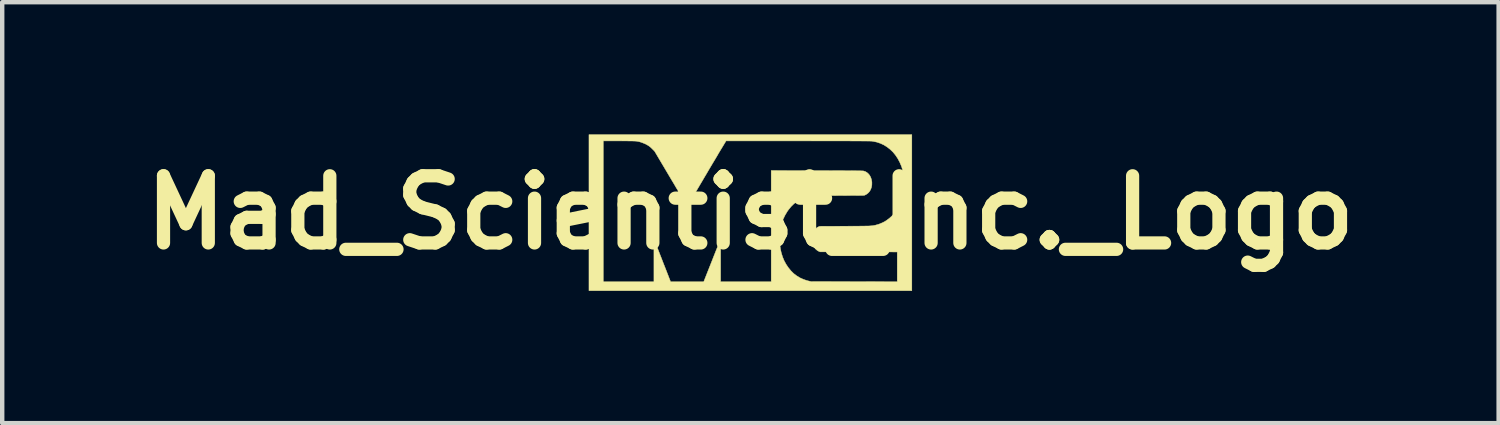
<source format=kicad_pcb>
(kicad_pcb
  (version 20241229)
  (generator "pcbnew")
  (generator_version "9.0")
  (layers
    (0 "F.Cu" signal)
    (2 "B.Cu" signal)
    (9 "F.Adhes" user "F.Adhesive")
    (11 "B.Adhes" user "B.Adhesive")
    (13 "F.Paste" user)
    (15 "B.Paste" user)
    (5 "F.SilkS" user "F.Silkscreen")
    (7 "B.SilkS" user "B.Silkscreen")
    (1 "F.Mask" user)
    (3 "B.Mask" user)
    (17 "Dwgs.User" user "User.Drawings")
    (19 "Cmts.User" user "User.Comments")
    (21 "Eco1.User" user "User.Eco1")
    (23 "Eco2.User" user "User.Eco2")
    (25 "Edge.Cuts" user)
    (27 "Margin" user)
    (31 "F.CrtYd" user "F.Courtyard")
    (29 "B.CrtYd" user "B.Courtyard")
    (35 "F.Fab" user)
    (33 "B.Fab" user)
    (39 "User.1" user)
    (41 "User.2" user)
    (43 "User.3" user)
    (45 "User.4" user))
  (footprint "Mad_Scientist_Inc._Logo"
    (layer "F.Cu")
    (at 13.977 1.773)
    (property "Reference" "Mad_Scientist_Inc._Logo" (at 0 0 0) (layer "F.SilkS") (effects (font (size 1.524 1.524) (thickness 0.3))))
    (attr through_hole)
    (fp_poly (pts (xy 3.663 1.773) (xy -3.663 1.773) (xy -3.663 -1.626) (xy -3.338 -1.626) (xy -3.338 1.57) (xy -2.189 1.57) (xy -2.189 1.097) (xy -2.189 1.019) (xy -2.189 0.947) (xy -2.189 0.88) (xy -2.189 0.82) (xy -2.188 0.768) (xy -2.188 0.722) (xy -2.187 0.685) (xy -2.187 0.656) (xy -2.186 0.637) (xy -2.185 0.626) (xy -2.185 0.625) (xy -2.184 0.625) (xy -2.183 0.627) (xy -2.181 0.63) (xy -2.178 0.635) (xy -2.175 0.642) (xy -2.17 0.653) (xy -2.165 0.667) (xy -2.157 0.685) (xy -2.148 0.707) (xy -2.137 0.735) (xy -2.124 0.767) (xy -2.109 0.806) (xy -2.091 0.852) (xy -2.071 0.904) (xy -2.048 0.963) (xy -2.021 1.031) (xy -1.992 1.107) (xy -1.959 1.191) (xy -1.95 1.213) (xy -1.811 1.57) (xy -1.059 1.57) (xy -0.871 1.095) (xy -0.845 1.029) (xy -0.82 0.965) (xy -0.796 0.905) (xy -0.774 0.849) (xy -0.753 0.798) (xy -0.734 0.752) (xy -0.718 0.711) (xy -0.704 0.678) (xy -0.693 0.651) (xy -0.685 0.632) (xy -0.681 0.622) (xy -0.68 0.62) (xy -0.679 0.625) (xy -0.678 0.639) (xy -0.678 0.662) (xy -0.677 0.694) (xy -0.677 0.732) (xy -0.677 0.777) (xy -0.676 0.828) (xy -0.676 0.885) (xy -0.676 0.946) (xy -0.676 1.011) (xy -0.676 1.078) (xy -0.676 1.095) (xy -0.676 1.57) (xy 0.472 1.57) (xy 0.472 -0.953) (xy 1.505 -0.951) (xy 1.638 -0.951) (xy 1.763 -0.951) (xy 1.879 -0.95) (xy 1.986 -0.95) (xy 2.085 -0.95) (xy 2.175 -0.949) (xy 2.256 -0.949) (xy 2.328 -0.948) (xy 2.391 -0.948) (xy 2.444 -0.947) (xy 2.488 -0.947) (xy 2.522 -0.946) (xy 2.546 -0.945) (xy 2.56 -0.945) (xy 2.564 -0.944) (xy 2.606 -0.931) (xy 2.644 -0.909) (xy 2.678 -0.879) (xy 2.707 -0.843) (xy 2.73 -0.8) (xy 2.746 -0.752) (xy 2.756 -0.699) (xy 2.757 -0.68) (xy 2.756 -0.625) (xy 2.747 -0.574) (xy 2.73 -0.526) (xy 2.707 -0.484) (xy 2.676 -0.448) (xy 2.64 -0.419) (xy 2.606 -0.4) (xy 2.578 -0.389) (xy 1.996 -0.386) (xy 1.899 -0.385) (xy 1.812 -0.385) (xy 1.733 -0.384) (xy 1.664 -0.384) (xy 1.603 -0.383) (xy 1.551 -0.382) (xy 1.506 -0.382) (xy 1.468 -0.381) (xy 1.437 -0.38) (xy 1.413 -0.379) (xy 1.395 -0.378) (xy 1.382 -0.377) (xy 1.377 -0.376) (xy 1.287 -0.357) (xy 1.203 -0.329) (xy 1.124 -0.293) (xy 1.052 -0.249) (xy 0.985 -0.197) (xy 0.922 -0.135) (xy 0.865 -0.065) (xy 0.837 -0.026) (xy 0.786 0.06) (xy 0.743 0.15) (xy 0.71 0.245) (xy 0.685 0.344) (xy 0.676 0.401) (xy 0.665 0.507) (xy 0.662 0.613) (xy 0.667 0.716) (xy 0.68 0.817) (xy 0.701 0.914) (xy 0.73 1.007) (xy 0.766 1.094) (xy 0.808 1.171) (xy 0.861 1.25) (xy 0.918 1.32) (xy 0.98 1.382) (xy 1.048 1.434) (xy 1.121 1.479) (xy 1.2 1.515) (xy 1.285 1.544) (xy 1.33 1.555) (xy 1.379 1.567) (xy 2.356 1.568) (xy 3.332 1.57) (xy 3.332 0.894) (xy 2.457 0.893) (xy 1.582 0.892) (xy 1.553 0.88) (xy 1.518 0.86) (xy 1.485 0.832) (xy 1.456 0.797) (xy 1.432 0.755) (xy 1.416 0.717) (xy 1.405 0.676) (xy 1.399 0.63) (xy 1.397 0.582) (xy 1.4 0.537) (xy 1.404 0.513) (xy 1.417 0.468) (xy 1.437 0.426) (xy 1.462 0.389) (xy 1.491 0.358) (xy 1.522 0.334) (xy 1.542 0.325) (xy 1.572 0.312) (xy 2.151 0.31) (xy 2.242 0.309) (xy 2.323 0.309) (xy 2.395 0.308) (xy 2.458 0.308) (xy 2.514 0.307) (xy 2.563 0.307) (xy 2.606 0.306) (xy 2.643 0.305) (xy 2.675 0.305) (xy 2.702 0.304) (xy 2.725 0.302) (xy 2.745 0.301) (xy 2.763 0.299) (xy 2.778 0.298) (xy 2.792 0.295) (xy 2.806 0.293) (xy 2.819 0.29) (xy 2.833 0.287) (xy 2.847 0.284) (xy 2.929 0.259) (xy 3.007 0.226) (xy 3.081 0.184) (xy 3.15 0.133) (xy 3.215 0.074) (xy 3.273 0.008) (xy 3.326 -0.066) (xy 3.373 -0.146) (xy 3.413 -0.233) (xy 3.419 -0.247) (xy 3.441 -0.31) (xy 3.46 -0.38) (xy 3.475 -0.459) (xy 3.476 -0.462) (xy 3.481 -0.497) (xy 3.484 -0.54) (xy 3.487 -0.587) (xy 3.488 -0.638) (xy 3.488 -0.69) (xy 3.487 -0.739) (xy 3.485 -0.785) (xy 3.481 -0.825) (xy 3.478 -0.846) (xy 3.465 -0.914) (xy 3.45 -0.978) (xy 3.433 -1.036) (xy 3.425 -1.057) (xy 3.387 -1.146) (xy 3.342 -1.229) (xy 3.291 -1.305) (xy 3.234 -1.374) (xy 3.17 -1.435) (xy 3.102 -1.488) (xy 3.029 -1.534) (xy 2.951 -1.57) (xy 2.869 -1.598) (xy 2.783 -1.616) (xy 2.756 -1.62) (xy 2.747 -1.621) (xy 2.732 -1.621) (xy 2.708 -1.622) (xy 2.678 -1.622) (xy 2.639 -1.623) (xy 2.593 -1.623) (xy 2.538 -1.623) (xy 2.475 -1.624) (xy 2.404 -1.624) (xy 2.325 -1.624) (xy 2.237 -1.625) (xy 2.14 -1.625) (xy 2.034 -1.625) (xy 1.918 -1.625) (xy 1.794 -1.625) (xy 1.66 -1.625) (xy 1.517 -1.625) (xy 1.364 -1.626) (xy 1.2 -1.626) (xy 1.079 -1.626) (xy -0.552 -1.626) (xy -0.656 -1.454) (xy -0.672 -1.428) (xy -0.693 -1.393) (xy -0.718 -1.352) (xy -0.746 -1.303) (xy -0.778 -1.249) (xy -0.813 -1.19) (xy -0.851 -1.127) (xy -0.891 -1.06) (xy -0.932 -0.991) (xy -0.974 -0.919) (xy -1.017 -0.846) (xy -1.061 -0.772) (xy -1.094 -0.715) (xy -1.136 -0.645) (xy -1.175 -0.578) (xy -1.213 -0.514) (xy -1.249 -0.453) (xy -1.283 -0.396) (xy -1.314 -0.344) (xy -1.342 -0.296) (xy -1.367 -0.255) (xy -1.389 -0.219) (xy -1.406 -0.19) (xy -1.419 -0.168) (xy -1.428 -0.154) (xy -1.432 -0.148) (xy -1.433 -0.147) (xy -1.436 -0.152) (xy -1.443 -0.164) (xy -1.456 -0.184) (xy -1.473 -0.212) (xy -1.493 -0.246) (xy -1.518 -0.287) (xy -1.546 -0.334) (xy -1.576 -0.385) (xy -1.61 -0.442) (xy -1.646 -0.503) (xy -1.685 -0.567) (xy -1.725 -0.636) (xy -1.767 -0.706) (xy -1.804 -0.768) (xy -2.172 -1.389) (xy -2.225 -1.443) (xy -2.261 -1.478) (xy -2.297 -1.507) (xy -2.335 -1.531) (xy -2.377 -1.554) (xy -2.419 -1.572) (xy -2.476 -1.594) (xy -2.531 -1.61) (xy -2.587 -1.62) (xy -2.592 -1.62) (xy -2.606 -1.621) (xy -2.628 -1.622) (xy -2.66 -1.623) (xy -2.699 -1.624) (xy -2.746 -1.624) (xy -2.799 -1.625) (xy -2.858 -1.625) (xy -2.922 -1.626) (xy -2.986 -1.626) (xy -3.338 -1.626) (xy -3.663 -1.626) (xy -3.663 -1.768) (xy 3.663 -1.768) (xy 3.663 1.773)) (stroke (width 0.01) (type solid)) (fill yes) (layer "F.SilkS")))
  (gr_rect
    (start -3 -3)
    (end 30.955 6.551)
    (stroke (width 0.1) (type default))
    (fill no)
    (layer "Edge.Cuts")))
</source>
